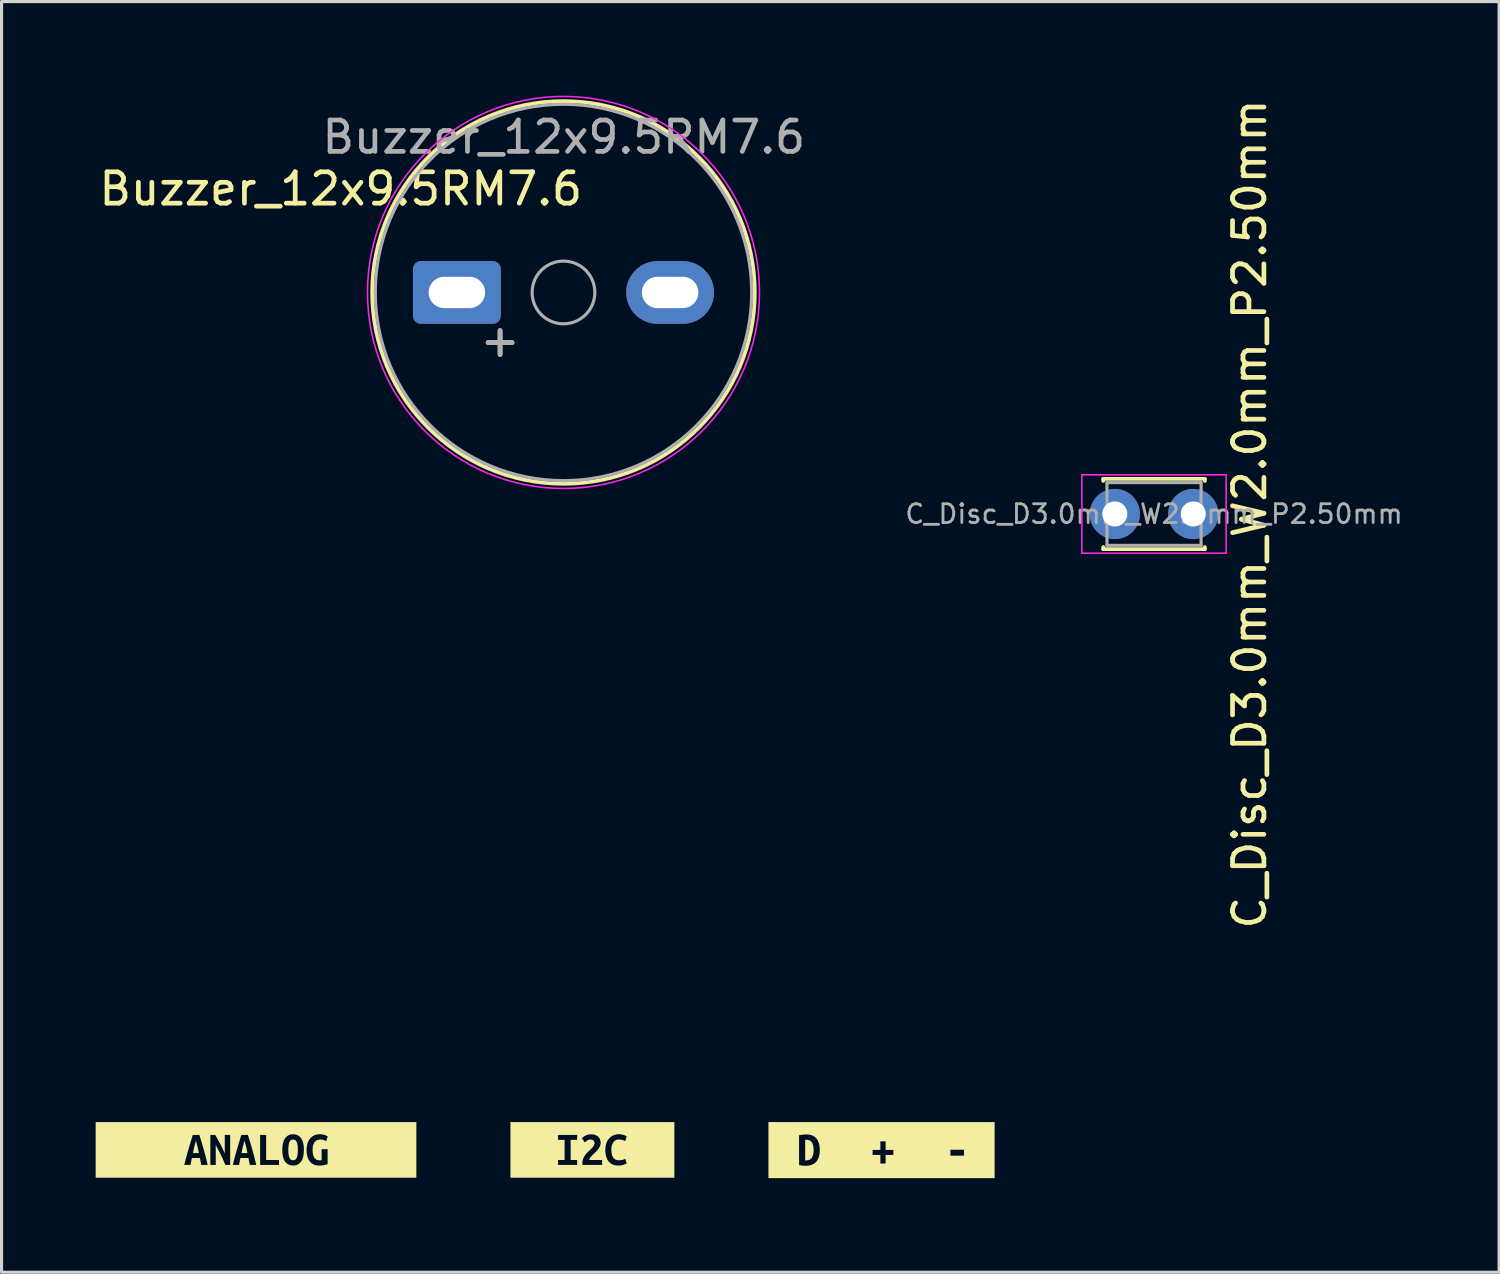
<source format=kicad_pcb>
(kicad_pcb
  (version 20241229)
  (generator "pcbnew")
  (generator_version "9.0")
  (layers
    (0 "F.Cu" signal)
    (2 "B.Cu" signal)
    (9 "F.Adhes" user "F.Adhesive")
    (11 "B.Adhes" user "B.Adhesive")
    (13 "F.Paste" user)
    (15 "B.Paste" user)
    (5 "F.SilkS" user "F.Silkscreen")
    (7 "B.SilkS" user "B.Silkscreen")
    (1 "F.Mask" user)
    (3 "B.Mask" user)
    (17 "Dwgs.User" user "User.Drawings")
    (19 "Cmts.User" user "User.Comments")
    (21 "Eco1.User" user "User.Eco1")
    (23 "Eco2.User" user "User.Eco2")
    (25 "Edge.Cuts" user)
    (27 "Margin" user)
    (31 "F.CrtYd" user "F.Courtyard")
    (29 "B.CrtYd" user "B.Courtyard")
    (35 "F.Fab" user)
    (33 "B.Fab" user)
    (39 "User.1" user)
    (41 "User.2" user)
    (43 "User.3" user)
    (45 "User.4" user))
  (footprint "C_Disc_D3.0mm_W2.0mm_P2.50mm"
    (layer "F.Cu")
    (at 32.497 13.339)
    (property "Reference" "C_Disc_D3.0mm_W2.0mm_P2.50mm" (at 4.298 0 90) (layer "F.SilkS") (effects (font (size 1 1) (thickness 0.15))))
    (attr through_hole)
    (fp_line (start -0.37 -1.12) (end -0.37 -1.055) (stroke (width 0.12) (type solid)) (layer "F.SilkS"))
    (fp_line (start -0.37 -1.12) (end 2.87 -1.12) (stroke (width 0.12) (type solid)) (layer "F.SilkS"))
    (fp_line (start -0.37 1.055) (end -0.37 1.12) (stroke (width 0.12) (type solid)) (layer "F.SilkS"))
    (fp_line (start -0.37 1.12) (end 2.87 1.12) (stroke (width 0.12) (type solid)) (layer "F.SilkS"))
    (fp_line (start 2.87 -1.12) (end 2.87 -1.055) (stroke (width 0.12) (type solid)) (layer "F.SilkS"))
    (fp_line (start 2.87 1.055) (end 2.87 1.12) (stroke (width 0.12) (type solid)) (layer "F.SilkS"))
    (fp_line (start -1.05 -1.25) (end -1.05 1.25) (stroke (width 0.05) (type solid)) (layer "F.CrtYd"))
    (fp_line (start -1.05 1.25) (end 3.55 1.25) (stroke (width 0.05) (type solid)) (layer "F.CrtYd"))
    (fp_line (start 3.55 -1.25) (end -1.05 -1.25) (stroke (width 0.05) (type solid)) (layer "F.CrtYd"))
    (fp_line (start 3.55 1.25) (end 3.55 -1.25) (stroke (width 0.05) (type solid)) (layer "F.CrtYd"))
    (fp_line (start -0.25 -1) (end -0.25 1) (stroke (width 0.1) (type solid)) (layer "F.Fab"))
    (fp_line (start -0.25 1) (end 2.75 1) (stroke (width 0.1) (type solid)) (layer "F.Fab"))
    (fp_line (start 2.75 -1) (end -0.25 -1) (stroke (width 0.1) (type solid)) (layer "F.Fab"))
    (fp_line (start 2.75 1) (end 2.75 -1) (stroke (width 0.1) (type solid)) (layer "F.Fab"))
    (fp_text user "${REFERENCE}" (at 1.25 0 0) (layer "F.Fab") (effects (font (size 0.6 0.6) (thickness 0.09))))
    (pad "1" thru_hole circle (at 0 0) (size 1.6 1.6) (drill 0.8) (layers "*.Cu" "*.Mask"))
    (pad "2" thru_hole circle (at 2.5 0) (size 1.6 1.6) (drill 0.8) (layers "*.Cu" "*.Mask")))
  (footprint "kibuzzard-6640C3B8"
    (layer "F.Cu")
    (at 15.839 33.615)
    (property "Reference" "kibuzzard-6640C3B8" (at 0 -3.935 0) (layer "F.SilkS") (effects (font (size 0.001 0.001) (thickness 0.15))))
    (attr board_only exclude_from_pos_files exclude_from_bom)
    (fp_poly (pts (xy -2.226 -0.887) (xy -2.613 -0.887) (xy -2.613 0.887) (xy -2.226 0.887) (xy -1.095 0.887) (xy -1.095 0.48) (xy -1.095 0.322) (xy -0.886 0.322) (xy -0.886 -0.32) (xy -1.095 -0.32) (xy -1.095 -0.478) (xy -0.487 -0.478) (xy -0.487 -0.32) (xy -0.694 -0.32) (xy -0.694 0.322) (xy -0.487 0.322) (xy -0.487 0.48) (xy -1.095 0.48) (xy -1.095 0.887) (xy 0.31 0.887) (xy 0.31 0.48) (xy -0.315 0.48) (xy -0.319 0.441) (xy -0.318 0.409) (xy -0.311 0.334) (xy -0.289 0.266) (xy -0.257 0.204) (xy -0.217 0.146) (xy -0.171 0.093) (xy -0.122 0.044) (xy -0.074 -0.002) (xy -0.028 -0.046) (xy 0.045 -0.13) (xy 0.074 -0.212) (xy 0.038 -0.303) (xy -0.052 -0.334) (xy -0.146 -0.313) (xy -0.244 -0.24) (xy -0.338 -0.373) (xy -0.271 -0.43) (xy -0.195 -0.469) (xy -0.114 -0.492) (xy -0.033 -0.5) (xy 0.08 -0.483) (xy 0.176 -0.432) (xy 0.242 -0.346) (xy 0.267 -0.226) (xy 0.248 -0.131) (xy 0.199 -0.042) (xy 0.129 0.042) (xy 0.05 0.119) (xy 0.004 0.163) (xy -0.046 0.216) (xy -0.085 0.271) (xy -0.101 0.322) (xy 0.31 0.322) (xy 0.31 0.48) (xy 0.31 0.887) (xy 0.827 0.887) (xy 0.827 0.5) (xy 0.703 0.486) (xy 0.6 0.442) (xy 0.518 0.37) (xy 0.471 0.298) (xy 0.438 0.212) (xy 0.418 0.113) (xy 0.411 0) (xy 0.419 -0.113) (xy 0.443 -0.212) (xy 0.482 -0.298) (xy 0.534 -0.369) (xy 0.598 -0.426) (xy 0.672 -0.467) (xy 0.755 -0.492) (xy 0.846 -0.5) (xy 0.938 -0.491) (xy 1.01 -0.472) (xy 1.062 -0.449) (xy 1.094 -0.43) (xy 1.044 -0.279) (xy 0.958 -0.318) (xy 0.843 -0.334) (xy 0.755 -0.318) (xy 0.68 -0.264) (xy 0.625 -0.163) (xy 0.61 -0.091) (xy 0.604 -0.005) (xy 0.611 0.096) (xy 0.63 0.18) (xy 0.661 0.247) (xy 0.735 0.312) (xy 0.846 0.334) (xy 0.969 0.317) (xy 1.047 0.283) (xy 1.095 0.433) (xy 0.986 0.479) (xy 0.912 0.495) (xy 0.827 0.5) (xy 0.827 0.887) (xy 2.226 0.887) (xy 2.613 0.887) (xy 2.613 -0.887) (xy 2.226 -0.887) (xy -2.226 -0.887)) (stroke (width 0) (type solid)) (fill yes) (layer "F.SilkS")))
  (footprint "kibuzzard-6640BF00"
    (layer "F.Cu")
    (at 5.113 33.615)
    (property "Reference" "kibuzzard-6640BF00" (at 0 -3.935 0) (layer "F.SilkS") (effects (font (size 0.001 0.001) (thickness 0.15))))
    (attr board_only exclude_from_pos_files exclude_from_bom)
    (fp_poly (pts (xy -1.916 -0.293) (xy -1.944 -0.19) (xy -1.969 -0.094) (xy -1.991 0.002) (xy -2.01 0.101) (xy -1.823 0.101) (xy -1.841 0.002) (xy -1.862 -0.094) (xy -1.887 -0.19) (xy -1.916 -0.293)) (stroke (width 0) (type solid)) (fill yes) (layer "F.SilkS"))
    (fp_poly (pts (xy -0.368 -0.293) (xy -0.396 -0.19) (xy -0.421 -0.094) (xy -0.443 0.002) (xy -0.462 0.101) (xy -0.275 0.101) (xy -0.293 0.002) (xy -0.314 -0.094) (xy -0.339 -0.19) (xy -0.368 -0.293)) (stroke (width 0) (type solid)) (fill yes) (layer "F.SilkS"))
    (fp_poly (pts (xy 1.03 0) (xy 1.032 0.068) (xy 1.036 0.131) (xy 1.057 0.237) (xy 1.103 0.308) (xy 1.182 0.334) (xy 1.26 0.308) (xy 1.307 0.236) (xy 1.328 0.13) (xy 1.332 0.067) (xy 1.334 0) (xy 1.332 -0.068) (xy 1.328 -0.131) (xy 1.307 -0.237) (xy 1.261 -0.308) (xy 1.182 -0.334) (xy 1.103 -0.308) (xy 1.057 -0.236) (xy 1.036 -0.13) (xy 1.032 -0.067) (xy 1.03 0)) (stroke (width 0) (type solid)) (fill yes) (layer "F.SilkS"))
    (fp_poly (pts (xy -4.726 -0.887) (xy -5.113 -0.887) (xy -5.113 0.887) (xy -4.726 0.887) (xy -1.745 0.887) (xy -1.745 0.48) (xy -1.79 0.259) (xy -2.046 0.259) (xy -2.089 0.48) (xy -2.287 0.48) (xy -2.26 0.369) (xy -2.232 0.261) (xy -2.205 0.158) (xy -2.177 0.059) (xy -2.149 -0.036) (xy -2.115 -0.151) (xy -2.081 -0.263) (xy -2.048 -0.372) (xy -2.015 -0.478) (xy -1.807 -0.478) (xy -1.773 -0.371) (xy -1.739 -0.261) (xy -1.706 -0.148) (xy -1.672 -0.032) (xy -1.645 0.064) (xy -1.619 0.163) (xy -1.592 0.266) (xy -1.567 0.371) (xy -1.541 0.48) (xy -1.745 0.48) (xy -1.745 0.887) (xy -0.978 0.887) (xy -0.978 0.48) (xy -1.022 0.374) (xy -1.069 0.268) (xy -1.119 0.162) (xy -1.172 0.056) (xy -1.227 -0.05) (xy -1.284 -0.156) (xy -1.284 0.48) (xy -1.456 0.48) (xy -1.456 -0.478) (xy -1.303 -0.478) (xy -1.259 -0.407) (xy -1.216 -0.33) (xy -1.173 -0.251) (xy -1.132 -0.172) (xy -1.092 -0.094) (xy -1.056 -0.019) (xy -1.023 0.051) (xy -0.996 0.111) (xy -0.996 -0.478) (xy -0.824 -0.478) (xy -0.824 0.48) (xy -0.978 0.48) (xy -0.978 0.887) (xy -0.197 0.887) (xy -0.197 0.48) (xy -0.242 0.259) (xy -0.498 0.259) (xy -0.541 0.48) (xy -0.739 0.48) (xy -0.712 0.369) (xy -0.684 0.261) (xy -0.657 0.158) (xy -0.629 0.059) (xy -0.601 -0.036) (xy -0.567 -0.151) (xy -0.533 -0.263) (xy -0.5 -0.372) (xy -0.467 -0.478) (xy -0.259 -0.478) (xy -0.225 -0.371) (xy -0.191 -0.261) (xy -0.158 -0.148) (xy -0.124 -0.032) (xy -0.097 0.064) (xy -0.071 0.163) (xy -0.044 0.266) (xy -0.019 0.371) (xy 0.007 0.48) (xy -0.197 0.48) (xy -0.197 0.887) (xy 0.733 0.887) (xy 0.733 0.48) (xy 0.131 0.48) (xy 0.131 -0.478) (xy 0.323 -0.478) (xy 0.323 0.322) (xy 0.733 0.322) (xy 0.733 0.48) (xy 0.733 0.887) (xy 1.183 0.887) (xy 1.183 0.5) (xy 1.08 0.486) (xy 0.994 0.444) (xy 0.926 0.374) (xy 0.887 0.303) (xy 0.859 0.217) (xy 0.842 0.116) (xy 0.837 0) (xy 0.842 -0.116) (xy 0.86 -0.217) (xy 0.888 -0.303) (xy 0.928 -0.374) (xy 0.997 -0.444) (xy 1.081 -0.486) (xy 1.182 -0.5) (xy 1.285 -0.486) (xy 1.371 -0.444) (xy 1.439 -0.374) (xy 1.477 -0.303) (xy 1.505 -0.217) (xy 1.522 -0.116) (xy 1.527 0) (xy 1.521 0.116) (xy 1.505 0.217) (xy 1.477 0.303) (xy 1.437 0.374) (xy 1.369 0.444) (xy 1.285 0.486) (xy 1.183 0.5) (xy 1.183 0.887) (xy 2.002 0.887) (xy 2.002 0.5) (xy 1.917 0.492) (xy 1.841 0.468) (xy 1.774 0.429) (xy 1.717 0.374) (xy 1.672 0.303) (xy 1.639 0.217) (xy 1.618 0.116) (xy 1.611 0) (xy 1.619 -0.115) (xy 1.643 -0.216) (xy 1.682 -0.302) (xy 1.731 -0.373) (xy 1.792 -0.429) (xy 1.863 -0.468) (xy 1.942 -0.492) (xy 2.026 -0.5) (xy 2.125 -0.491) (xy 2.202 -0.472) (xy 2.255 -0.449) (xy 2.287 -0.43) (xy 2.238 -0.279) (xy 2.154 -0.317) (xy 2.052 -0.334) (xy 1.937 -0.31) (xy 1.861 -0.241) (xy 1.817 -0.135) (xy 1.807 -0.071) (xy 1.804 0) (xy 1.81 0.104) (xy 1.828 0.189) (xy 1.858 0.253) (xy 1.925 0.314) (xy 2.018 0.334) (xy 2.055 0.333) (xy 2.092 0.328) (xy 2.092 -0.022) (xy 2.283 -0.022) (xy 2.283 0.457) (xy 2.176 0.485) (xy 2.097 0.496) (xy 2.002 0.5) (xy 2.002 0.887) (xy 4.726 0.887) (xy 5.113 0.887) (xy 5.113 -0.887) (xy 4.726 -0.887) (xy -4.726 -0.887)) (stroke (width 0) (type solid)) (fill yes) (layer "F.SilkS")))
  (footprint "Buzzer_12x9.5RM7.6"
    (layer "F.Cu")
    (at 14.917 6.275)
    (property "Reference" "Buzzer_12x9.5RM7.6" (at -7.102 -3.302 0) (layer "F.SilkS") (effects (font (size 1 1) (thickness 0.15))))
    (attr through_hole)
    (fp_circle (center 0 0) (end 6.1 0) (stroke (width 0.12) (type solid)) (fill no) (layer "F.SilkS"))
    (fp_circle (center 0 0) (end 6.25 0) (stroke (width 0.05) (type solid)) (fill no) (layer "F.CrtYd"))
    (fp_circle (center 0 0) (end 1 0) (stroke (width 0.1) (type solid)) (fill no) (layer "F.Fab"))
    (fp_circle (center 0 0) (end 6 0) (stroke (width 0.1) (type solid)) (fill no) (layer "F.Fab"))
    (fp_text user "+" (at -2.022 1.524 0) (layer "F.SilkS") (effects (font (size 1 1) (thickness 0.15))))
    (fp_text user "${REFERENCE}" (at 0.01 -4.953 0) (layer "F.Fab") (effects (font (size 1 1) (thickness 0.15))))
    (fp_text user "+" (at -2.022 1.524 0) (layer "F.Fab") (effects (font (size 1 1) (thickness 0.15))))
    (pad "1" thru_hole roundrect (at -3.4 0) (size 2.8 2) (drill oval 1.8 1) (layers "*.Cu" "*.Mask") (roundrect_rratio 0.125))
    (pad "2" thru_hole oval (at 3.4 0) (size 2.8 2) (drill oval 1.8 1) (layers "*.Cu" "*.Mask")))
  (footprint "kibuzzard-6640C421"
    (layer "F.Cu")
    (at 25.058 33.622)
    (property "Reference" "kibuzzard-6640C421" (at 0 -3.942 0) (layer "F.SilkS") (effects (font (size 0.001 0.001) (thickness 0.15))))
    (attr board_only exclude_from_pos_files exclude_from_bom)
    (fp_poly (pts (xy -2.435 0.33) (xy -2.417 0.331) (xy -2.4 0.331) (xy -2.289 0.306) (xy -2.216 0.237) (xy -2.177 0.132) (xy -2.168 0.068) (xy -2.165 -0.002) (xy -2.174 -0.125) (xy -2.207 -0.23) (xy -2.272 -0.304) (xy -2.378 -0.331) (xy -2.406 -0.33) (xy -2.435 -0.326) (xy -2.435 0.33)) (stroke (width 0) (type solid)) (fill yes) (layer "F.SilkS"))
    (fp_poly (pts (xy -3.211 -0.894) (xy -3.606 -0.894) (xy -3.606 0.894) (xy -3.211 0.894) (xy -2.42 0.894) (xy -2.42 0.5) (xy -2.522 0.494) (xy -2.629 0.476) (xy -2.629 -0.476) (xy -2.504 -0.495) (xy -2.395 -0.5) (xy -2.303 -0.493) (xy -2.219 -0.472) (xy -2.146 -0.435) (xy -2.084 -0.382) (xy -2.035 -0.313) (xy -1.998 -0.228) (xy -1.975 -0.124) (xy -1.968 -0.002) (xy -1.976 0.124) (xy -2.002 0.229) (xy -2.042 0.316) (xy -2.095 0.385) (xy -2.161 0.437) (xy -2.238 0.472) (xy -2.325 0.493) (xy -2.42 0.5) (xy -2.42 0.894) (xy 0.13 0.894) (xy 0.13 0.427) (xy -0.037 0.427) (xy -0.037 0.153) (xy -0.285 0.153) (xy -0.285 -0.006) (xy -0.037 -0.006) (xy -0.037 -0.281) (xy 0.13 -0.281) (xy 0.13 -0.006) (xy 0.378 -0.006) (xy 0.378 0.153) (xy 0.13 0.153) (xy 0.13 0.427) (xy 0.13 0.894) (xy 2.629 0.894) (xy 2.629 0.178) (xy 2.196 0.178) (xy 2.196 -0.013) (xy 2.629 -0.013) (xy 2.629 0.178) (xy 2.629 0.894) (xy 3.211 0.894) (xy 3.606 0.894) (xy 3.606 -0.894) (xy 3.211 -0.894) (xy -3.211 -0.894)) (stroke (width 0) (type solid)) (fill yes) (layer "F.SilkS")))
  (gr_rect
    (start -3 -3)
    (end 44.75 37.516)
    (stroke (width 0.1) (type default))
    (fill no)
    (layer "Edge.Cuts")))
</source>
